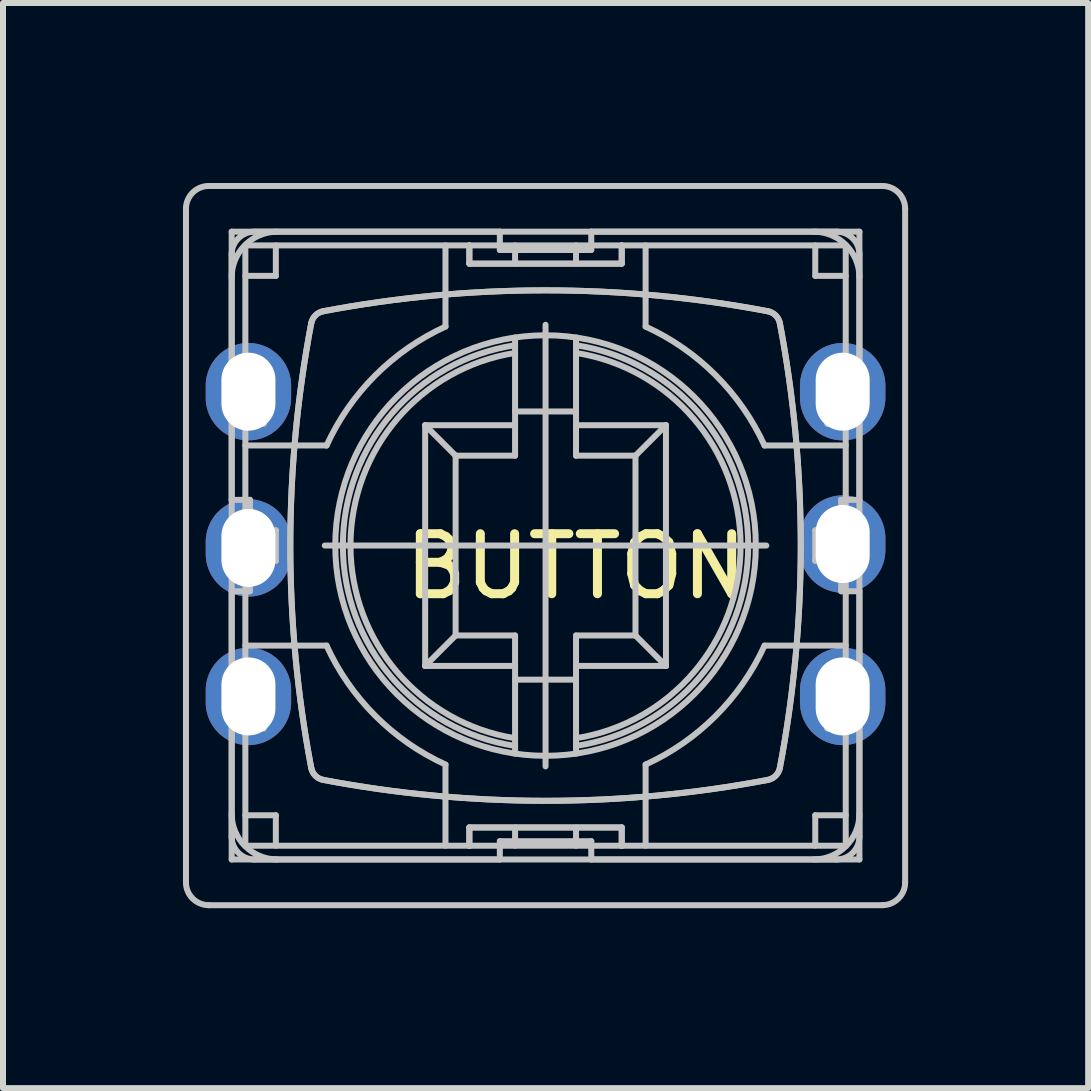
<source format=kicad_pcb>
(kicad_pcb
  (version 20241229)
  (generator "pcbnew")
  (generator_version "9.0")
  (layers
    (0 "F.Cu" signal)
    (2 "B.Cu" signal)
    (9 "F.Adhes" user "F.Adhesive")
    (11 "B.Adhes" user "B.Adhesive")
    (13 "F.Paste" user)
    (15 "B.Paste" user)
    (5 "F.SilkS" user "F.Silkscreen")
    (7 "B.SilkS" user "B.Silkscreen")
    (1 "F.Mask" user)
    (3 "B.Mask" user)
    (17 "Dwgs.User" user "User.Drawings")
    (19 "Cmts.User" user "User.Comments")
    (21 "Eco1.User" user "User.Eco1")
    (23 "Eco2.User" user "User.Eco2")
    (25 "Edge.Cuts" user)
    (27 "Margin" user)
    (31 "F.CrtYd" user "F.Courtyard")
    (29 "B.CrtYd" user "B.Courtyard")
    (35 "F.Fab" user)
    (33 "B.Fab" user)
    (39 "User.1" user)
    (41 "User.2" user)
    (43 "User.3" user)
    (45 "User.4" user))
  (footprint "BUTTON"
    (layer "F.Cu")
    (at 6.552 5.892)
    (property "Reference" "BUTTON" (at 0 0.5 0) (layer "F.SilkS") (effects (font (size 1 1) (thickness 0.15))))
    (attr through_hole)
    (fp_line (start -6.502 5.766) (end -6.502 -5.461) (stroke (width 0.1) (type solid)) (layer "Dwgs.User"))
    (fp_line (start -6.121 -5.842) (end 5.105 -5.842) (stroke (width 0.1) (type solid)) (layer "Dwgs.User"))
    (fp_line (start -5.74 -5.08) (end 4.724 -5.08) (stroke (width 0.1) (type solid)) (layer "Dwgs.User"))
    (fp_line (start -5.74 -2.654) (end -5.74 -5.08) (stroke (width 0.1) (type solid)) (layer "Dwgs.User"))
    (fp_line (start -5.74 -2.654) (end -5.74 -4.699) (stroke (width 0.1) (type solid)) (layer "Dwgs.User"))
    (fp_line (start -5.74 -2.654) (end -5.74 -2.121) (stroke (width 0.1) (type solid)) (layer "Dwgs.User"))
    (fp_line (start -5.74 -2.121) (end -5.696 -1.994) (stroke (width 0.1) (type solid)) (layer "Dwgs.User"))
    (fp_line (start -5.74 -0.61) (end -5.74 -2.121) (stroke (width 0.1) (type solid)) (layer "Dwgs.User"))
    (fp_line (start -5.74 -0.102) (end -5.74 -2.121) (stroke (width 0.1) (type solid)) (layer "Dwgs.User"))
    (fp_line (start -5.74 -0.102) (end -5.74 0.406) (stroke (width 0.1) (type solid)) (layer "Dwgs.User"))
    (fp_line (start -5.74 -0.102) (end -5.247 -0.102) (stroke (width 0.1) (type solid)) (layer "Dwgs.User"))
    (fp_line (start -5.74 0.406) (end -5.247 0.406) (stroke (width 0.1) (type solid)) (layer "Dwgs.User"))
    (fp_line (start -5.74 0.914) (end -5.512 0.914) (stroke (width 0.1) (type solid)) (layer "Dwgs.User"))
    (fp_line (start -5.74 2.426) (end -5.74 0.406) (stroke (width 0.1) (type solid)) (layer "Dwgs.User"))
    (fp_line (start -5.74 2.426) (end -5.74 0.914) (stroke (width 0.1) (type solid)) (layer "Dwgs.User"))
    (fp_line (start -5.74 2.426) (end -5.74 2.959) (stroke (width 0.1) (type solid)) (layer "Dwgs.User"))
    (fp_line (start -5.74 2.959) (end -5.696 3.086) (stroke (width 0.1) (type solid)) (layer "Dwgs.User"))
    (fp_line (start -5.74 5.004) (end -5.74 2.959) (stroke (width 0.1) (type solid)) (layer "Dwgs.User"))
    (fp_line (start -5.74 5.385) (end -5.74 2.959) (stroke (width 0.1) (type solid)) (layer "Dwgs.User"))
    (fp_line (start -5.696 -2.781) (end -5.74 -2.654) (stroke (width 0.1) (type solid)) (layer "Dwgs.User"))
    (fp_line (start -5.696 -2.781) (end -5.207 -2.781) (stroke (width 0.1) (type solid)) (layer "Dwgs.User"))
    (fp_line (start -5.696 -1.994) (end -5.207 -1.994) (stroke (width 0.1) (type solid)) (layer "Dwgs.User"))
    (fp_line (start -5.696 2.299) (end -5.74 2.426) (stroke (width 0.1) (type solid)) (layer "Dwgs.User"))
    (fp_line (start -5.696 2.299) (end -5.207 2.299) (stroke (width 0.1) (type solid)) (layer "Dwgs.User"))
    (fp_line (start -5.696 3.086) (end -5.207 3.086) (stroke (width 0.1) (type solid)) (layer "Dwgs.User"))
    (fp_line (start -5.527 -2.781) (end -5.527 -1.994) (stroke (width 0.1) (type solid)) (layer "Dwgs.User"))
    (fp_line (start -5.527 2.299) (end -5.527 3.086) (stroke (width 0.1) (type solid)) (layer "Dwgs.User"))
    (fp_line (start -5.512 -4.851) (end -1.778 -4.851) (stroke (width 0.1) (type solid)) (layer "Dwgs.User"))
    (fp_line (start -5.512 -4.343) (end -5.004 -4.343) (stroke (width 0.1) (type solid)) (layer "Dwgs.User"))
    (fp_line (start -5.512 -2.896) (end -5.207 -2.896) (stroke (width 0.1) (type solid)) (layer "Dwgs.User"))
    (fp_line (start -5.512 -2.781) (end -5.512 -4.851) (stroke (width 0.1) (type solid)) (layer "Dwgs.User"))
    (fp_line (start -5.512 -1.994) (end -5.512 -2.781) (stroke (width 0.1) (type solid)) (layer "Dwgs.User"))
    (fp_line (start -5.512 -0.61) (end -5.74 -0.61) (stroke (width 0.1) (type solid)) (layer "Dwgs.User"))
    (fp_line (start -5.512 -0.102) (end -5.512 -1.994) (stroke (width 0.1) (type solid)) (layer "Dwgs.User"))
    (fp_line (start -5.512 -0.102) (end -5.512 0.406) (stroke (width 0.1) (type solid)) (layer "Dwgs.User"))
    (fp_line (start -5.512 0.406) (end -5.512 -0.102) (stroke (width 0.1) (type solid)) (layer "Dwgs.User"))
    (fp_line (start -5.512 0.914) (end -5.436 0.914) (stroke (width 0.1) (type solid)) (layer "Dwgs.User"))
    (fp_line (start -5.512 1.82) (end -4.158 1.82) (stroke (width 0.1) (type solid)) (layer "Dwgs.User"))
    (fp_line (start -5.512 2.184) (end -5.207 2.184) (stroke (width 0.1) (type solid)) (layer "Dwgs.User"))
    (fp_line (start -5.512 2.299) (end -5.512 0.406) (stroke (width 0.1) (type solid)) (layer "Dwgs.User"))
    (fp_line (start -5.512 3.086) (end -5.512 2.299) (stroke (width 0.1) (type solid)) (layer "Dwgs.User"))
    (fp_line (start -5.512 5.156) (end -5.512 3.086) (stroke (width 0.1) (type solid)) (layer "Dwgs.User"))
    (fp_line (start -5.436 -2.654) (end -5.74 -2.654) (stroke (width 0.1) (type solid)) (layer "Dwgs.User"))
    (fp_line (start -5.436 -2.654) (end -5.436 -2.121) (stroke (width 0.1) (type solid)) (layer "Dwgs.User"))
    (fp_line (start -5.436 -2.654) (end -5.394 -2.781) (stroke (width 0.1) (type solid)) (layer "Dwgs.User"))
    (fp_line (start -5.436 -2.121) (end -5.74 -2.121) (stroke (width 0.1) (type solid)) (layer "Dwgs.User"))
    (fp_line (start -5.436 -0.61) (end -5.512 -0.61) (stroke (width 0.1) (type solid)) (layer "Dwgs.User"))
    (fp_line (start -5.436 -0.102) (end -5.436 -0.61) (stroke (width 0.1) (type solid)) (layer "Dwgs.User"))
    (fp_line (start -5.436 -0.102) (end -5.436 0.406) (stroke (width 0.1) (type solid)) (layer "Dwgs.User"))
    (fp_line (start -5.436 0.914) (end -5.436 0.406) (stroke (width 0.1) (type solid)) (layer "Dwgs.User"))
    (fp_line (start -5.436 2.426) (end -5.74 2.426) (stroke (width 0.1) (type solid)) (layer "Dwgs.User"))
    (fp_line (start -5.436 2.426) (end -5.436 2.959) (stroke (width 0.1) (type solid)) (layer "Dwgs.User"))
    (fp_line (start -5.436 2.426) (end -5.394 2.299) (stroke (width 0.1) (type solid)) (layer "Dwgs.User"))
    (fp_line (start -5.436 2.959) (end -5.74 2.959) (stroke (width 0.1) (type solid)) (layer "Dwgs.User"))
    (fp_line (start -5.4 -2.781) (end -5.4 -1.994) (stroke (width 0.1) (type solid)) (layer "Dwgs.User"))
    (fp_line (start -5.4 2.299) (end -5.4 3.086) (stroke (width 0.1) (type solid)) (layer "Dwgs.User"))
    (fp_line (start -5.394 -1.994) (end -5.436 -2.121) (stroke (width 0.1) (type solid)) (layer "Dwgs.User"))
    (fp_line (start -5.394 3.086) (end -5.436 2.959) (stroke (width 0.1) (type solid)) (layer "Dwgs.User"))
    (fp_line (start -5.359 -5.08) (end -1.27 -5.08) (stroke (width 0.1) (type solid)) (layer "Dwgs.User"))
    (fp_line (start -5.247 0.406) (end -5.004 0.406) (stroke (width 0.1) (type solid)) (layer "Dwgs.User"))
    (fp_line (start -5.246 -2.781) (end -5.246 -1.994) (stroke (width 0.1) (type solid)) (layer "Dwgs.User"))
    (fp_line (start -5.246 2.299) (end -5.246 3.086) (stroke (width 0.1) (type solid)) (layer "Dwgs.User"))
    (fp_line (start -5.207 -2.896) (end -5.207 -1.88) (stroke (width 0.1) (type solid)) (layer "Dwgs.User"))
    (fp_line (start -5.207 -2.781) (end -5.207 -1.994) (stroke (width 0.1) (type solid)) (layer "Dwgs.User"))
    (fp_line (start -5.207 -1.88) (end -5.512 -1.88) (stroke (width 0.1) (type solid)) (layer "Dwgs.User"))
    (fp_line (start -5.207 -0.102) (end -5.207 0.406) (stroke (width 0.1) (type solid)) (layer "Dwgs.User"))
    (fp_line (start -5.207 2.184) (end -5.207 3.2) (stroke (width 0.1) (type solid)) (layer "Dwgs.User"))
    (fp_line (start -5.207 2.299) (end -5.207 3.086) (stroke (width 0.1) (type solid)) (layer "Dwgs.User"))
    (fp_line (start -5.207 3.2) (end -5.512 3.2) (stroke (width 0.1) (type solid)) (layer "Dwgs.User"))
    (fp_line (start -5.004 -4.343) (end -5.004 -4.851) (stroke (width 0.1) (type solid)) (layer "Dwgs.User"))
    (fp_line (start -5.004 -0.102) (end -5.247 -0.102) (stroke (width 0.1) (type solid)) (layer "Dwgs.User"))
    (fp_line (start -5.004 0.406) (end -5.004 -0.102) (stroke (width 0.1) (type solid)) (layer "Dwgs.User"))
    (fp_line (start -5.004 4.648) (end -5.512 4.648) (stroke (width 0.1) (type solid)) (layer "Dwgs.User"))
    (fp_line (start -5.004 5.156) (end -5.004 4.648) (stroke (width 0.1) (type solid)) (layer "Dwgs.User"))
    (fp_line (start -4.188 0.152) (end 3.172 0.152) (stroke (width 0.1) (type solid)) (layer "Dwgs.User"))
    (fp_line (start -4.158 -1.516) (end -5.512 -1.516) (stroke (width 0.1) (type solid)) (layer "Dwgs.User"))
    (fp_line (start -2.515 -1.854) (end -2.007 -1.346) (stroke (width 0.1) (type solid)) (layer "Dwgs.User"))
    (fp_line (start -2.515 -1.854) (end -1.016 -1.854) (stroke (width 0.1) (type solid)) (layer "Dwgs.User"))
    (fp_line (start -2.515 2.159) (end -2.515 -1.854) (stroke (width 0.1) (type solid)) (layer "Dwgs.User"))
    (fp_line (start -2.176 -4.851) (end -2.176 -3.498) (stroke (width 0.1) (type solid)) (layer "Dwgs.User"))
    (fp_line (start -2.176 3.803) (end -2.176 5.156) (stroke (width 0.1) (type solid)) (layer "Dwgs.User"))
    (fp_line (start -2.007 -1.346) (end -2.007 1.651) (stroke (width 0.1) (type solid)) (layer "Dwgs.User"))
    (fp_line (start -2.007 1.651) (end -2.515 2.159) (stroke (width 0.1) (type solid)) (layer "Dwgs.User"))
    (fp_line (start -1.778 -4.851) (end -1.778 -4.547) (stroke (width 0.1) (type solid)) (layer "Dwgs.User"))
    (fp_line (start -1.778 -4.851) (end 0.762 -4.851) (stroke (width 0.1) (type solid)) (layer "Dwgs.User"))
    (fp_line (start -1.778 -4.547) (end -1.778 -4.851) (stroke (width 0.1) (type solid)) (layer "Dwgs.User"))
    (fp_line (start -1.778 -4.547) (end 0.762 -4.547) (stroke (width 0.1) (type solid)) (layer "Dwgs.User"))
    (fp_line (start -1.778 -4.547) (end 0.762 -4.547) (stroke (width 0.1) (type solid)) (layer "Dwgs.User"))
    (fp_line (start -1.778 4.851) (end -1.778 5.156) (stroke (width 0.1) (type solid)) (layer "Dwgs.User"))
    (fp_line (start -1.778 4.851) (end -1.778 5.156) (stroke (width 0.1) (type solid)) (layer "Dwgs.User"))
    (fp_line (start -1.778 4.851) (end 0.762 4.851) (stroke (width 0.1) (type solid)) (layer "Dwgs.User"))
    (fp_line (start -1.778 5.156) (end -5.512 5.156) (stroke (width 0.1) (type solid)) (layer "Dwgs.User"))
    (fp_line (start -1.778 5.156) (end 0.762 5.156) (stroke (width 0.1) (type solid)) (layer "Dwgs.User"))
    (fp_line (start -1.27 -5.08) (end -1.27 -4.851) (stroke (width 0.1) (type solid)) (layer "Dwgs.User"))
    (fp_line (start -1.27 -4.851) (end -1.27 -4.775) (stroke (width 0.1) (type solid)) (layer "Dwgs.User"))
    (fp_line (start -1.27 -4.775) (end 0.254 -4.775) (stroke (width 0.1) (type solid)) (layer "Dwgs.User"))
    (fp_line (start -1.27 5.08) (end -1.27 5.156) (stroke (width 0.1) (type solid)) (layer "Dwgs.User"))
    (fp_line (start -1.27 5.156) (end -1.27 5.385) (stroke (width 0.1) (type solid)) (layer "Dwgs.User"))
    (fp_line (start -1.27 5.385) (end -5.359 5.385) (stroke (width 0.1) (type solid)) (layer "Dwgs.User"))
    (fp_line (start -1.016 -4.547) (end -1.016 -4.851) (stroke (width 0.1) (type solid)) (layer "Dwgs.User"))
    (fp_line (start -1.016 -3.316) (end -1.016 -1.346) (stroke (width 0.1) (type solid)) (layer "Dwgs.User"))
    (fp_line (start -1.016 -1.346) (end -2.007 -1.346) (stroke (width 0.1) (type solid)) (layer "Dwgs.User"))
    (fp_line (start -1.016 1.651) (end -2.007 1.651) (stroke (width 0.1) (type solid)) (layer "Dwgs.User"))
    (fp_line (start -1.016 1.651) (end -1.016 3.621) (stroke (width 0.1) (type solid)) (layer "Dwgs.User"))
    (fp_line (start -1.016 2.159) (end -2.515 2.159) (stroke (width 0.1) (type solid)) (layer "Dwgs.User"))
    (fp_line (start -1.016 4.851) (end -1.016 5.156) (stroke (width 0.1) (type solid)) (layer "Dwgs.User"))
    (fp_line (start -0.508 3.833) (end -0.508 -3.528) (stroke (width 0.1) (type solid)) (layer "Dwgs.User"))
    (fp_line (start 0 -4.547) (end 0 -4.851) (stroke (width 0.1) (type solid)) (layer "Dwgs.User"))
    (fp_line (start 0 -3.316) (end 0 -1.346) (stroke (width 0.1) (type solid)) (layer "Dwgs.User"))
    (fp_line (start 0 -2.083) (end -1.016 -2.083) (stroke (width 0.1) (type solid)) (layer "Dwgs.User"))
    (fp_line (start 0 -1.854) (end 1.499 -1.854) (stroke (width 0.1) (type solid)) (layer "Dwgs.User"))
    (fp_line (start 0 1.651) (end 0 3.621) (stroke (width 0.1) (type solid)) (layer "Dwgs.User"))
    (fp_line (start 0 2.388) (end -1.016 2.388) (stroke (width 0.1) (type solid)) (layer "Dwgs.User"))
    (fp_line (start 0 4.851) (end 0 5.156) (stroke (width 0.1) (type solid)) (layer "Dwgs.User"))
    (fp_line (start 0.254 -5.08) (end 4.343 -5.08) (stroke (width 0.1) (type solid)) (layer "Dwgs.User"))
    (fp_line (start 0.254 -4.851) (end 0.254 -5.08) (stroke (width 0.1) (type solid)) (layer "Dwgs.User"))
    (fp_line (start 0.254 -4.775) (end 0.254 -4.851) (stroke (width 0.1) (type solid)) (layer "Dwgs.User"))
    (fp_line (start 0.254 5.08) (end -1.27 5.08) (stroke (width 0.1) (type solid)) (layer "Dwgs.User"))
    (fp_line (start 0.254 5.156) (end 0.254 5.08) (stroke (width 0.1) (type solid)) (layer "Dwgs.User"))
    (fp_line (start 0.254 5.385) (end 0.254 5.156) (stroke (width 0.1) (type solid)) (layer "Dwgs.User"))
    (fp_line (start 0.762 -4.851) (end 4.496 -4.851) (stroke (width 0.1) (type solid)) (layer "Dwgs.User"))
    (fp_line (start 0.762 -4.547) (end 0.762 -4.851) (stroke (width 0.1) (type solid)) (layer "Dwgs.User"))
    (fp_line (start 0.762 -4.547) (end 0.762 -4.851) (stroke (width 0.1) (type solid)) (layer "Dwgs.User"))
    (fp_line (start 0.762 4.851) (end -1.778 4.851) (stroke (width 0.1) (type solid)) (layer "Dwgs.User"))
    (fp_line (start 0.762 4.851) (end 0.762 5.156) (stroke (width 0.1) (type solid)) (layer "Dwgs.User"))
    (fp_line (start 0.762 5.156) (end 0.762 4.851) (stroke (width 0.1) (type solid)) (layer "Dwgs.User"))
    (fp_line (start 0.991 -1.346) (end 0 -1.346) (stroke (width 0.1) (type solid)) (layer "Dwgs.User"))
    (fp_line (start 0.991 -1.346) (end 0.991 1.651) (stroke (width 0.1) (type solid)) (layer "Dwgs.User"))
    (fp_line (start 0.991 -1.346) (end 1.499 -1.854) (stroke (width 0.1) (type solid)) (layer "Dwgs.User"))
    (fp_line (start 0.991 1.651) (end 0 1.651) (stroke (width 0.1) (type solid)) (layer "Dwgs.User"))
    (fp_line (start 1.16 -3.498) (end 1.16 -4.851) (stroke (width 0.1) (type solid)) (layer "Dwgs.User"))
    (fp_line (start 1.16 5.156) (end 1.16 3.803) (stroke (width 0.1) (type solid)) (layer "Dwgs.User"))
    (fp_line (start 1.499 -1.854) (end 1.499 2.159) (stroke (width 0.1) (type solid)) (layer "Dwgs.User"))
    (fp_line (start 1.499 2.159) (end 0 2.159) (stroke (width 0.1) (type solid)) (layer "Dwgs.User"))
    (fp_line (start 1.499 2.159) (end 0.991 1.651) (stroke (width 0.1) (type solid)) (layer "Dwgs.User"))
    (fp_line (start 3.142 1.82) (end 4.496 1.82) (stroke (width 0.1) (type solid)) (layer "Dwgs.User"))
    (fp_line (start 3.988 -4.851) (end 3.988 -4.343) (stroke (width 0.1) (type solid)) (layer "Dwgs.User"))
    (fp_line (start 3.988 -4.343) (end 4.496 -4.343) (stroke (width 0.1) (type solid)) (layer "Dwgs.User"))
    (fp_line (start 3.988 -0.102) (end 3.988 0.406) (stroke (width 0.1) (type solid)) (layer "Dwgs.User"))
    (fp_line (start 3.988 0.406) (end 4.231 0.406) (stroke (width 0.1) (type solid)) (layer "Dwgs.User"))
    (fp_line (start 3.988 4.648) (end 3.988 5.156) (stroke (width 0.1) (type solid)) (layer "Dwgs.User"))
    (fp_line (start 4.191 -2.896) (end 4.496 -2.896) (stroke (width 0.1) (type solid)) (layer "Dwgs.User"))
    (fp_line (start 4.191 -1.994) (end 4.191 -2.781) (stroke (width 0.1) (type solid)) (layer "Dwgs.User"))
    (fp_line (start 4.191 -1.88) (end 4.191 -2.896) (stroke (width 0.1) (type solid)) (layer "Dwgs.User"))
    (fp_line (start 4.191 0.406) (end 4.191 -0.102) (stroke (width 0.1) (type solid)) (layer "Dwgs.User"))
    (fp_line (start 4.191 2.184) (end 4.496 2.184) (stroke (width 0.1) (type solid)) (layer "Dwgs.User"))
    (fp_line (start 4.191 3.086) (end 4.191 2.299) (stroke (width 0.1) (type solid)) (layer "Dwgs.User"))
    (fp_line (start 4.191 3.2) (end 4.191 2.184) (stroke (width 0.1) (type solid)) (layer "Dwgs.User"))
    (fp_line (start 4.23 -1.994) (end 4.23 -2.781) (stroke (width 0.1) (type solid)) (layer "Dwgs.User"))
    (fp_line (start 4.23 3.086) (end 4.23 2.299) (stroke (width 0.1) (type solid)) (layer "Dwgs.User"))
    (fp_line (start 4.231 -0.102) (end 3.988 -0.102) (stroke (width 0.1) (type solid)) (layer "Dwgs.User"))
    (fp_line (start 4.343 5.385) (end 0.254 5.385) (stroke (width 0.1) (type solid)) (layer "Dwgs.User"))
    (fp_line (start 4.378 -2.781) (end 4.42 -2.654) (stroke (width 0.1) (type solid)) (layer "Dwgs.User"))
    (fp_line (start 4.378 2.299) (end 4.42 2.426) (stroke (width 0.1) (type solid)) (layer "Dwgs.User"))
    (fp_line (start 4.384 -1.994) (end 4.384 -2.781) (stroke (width 0.1) (type solid)) (layer "Dwgs.User"))
    (fp_line (start 4.384 3.086) (end 4.384 2.299) (stroke (width 0.1) (type solid)) (layer "Dwgs.User"))
    (fp_line (start 4.42 -2.654) (end 4.724 -2.654) (stroke (width 0.1) (type solid)) (layer "Dwgs.User"))
    (fp_line (start 4.42 -2.121) (end 4.378 -1.994) (stroke (width 0.1) (type solid)) (layer "Dwgs.User"))
    (fp_line (start 4.42 -2.121) (end 4.42 -2.654) (stroke (width 0.1) (type solid)) (layer "Dwgs.User"))
    (fp_line (start 4.42 -2.121) (end 4.724 -2.121) (stroke (width 0.1) (type solid)) (layer "Dwgs.User"))
    (fp_line (start 4.42 -0.61) (end 4.42 -0.102) (stroke (width 0.1) (type solid)) (layer "Dwgs.User"))
    (fp_line (start 4.42 0.406) (end 4.42 -0.102) (stroke (width 0.1) (type solid)) (layer "Dwgs.User"))
    (fp_line (start 4.42 0.406) (end 4.42 0.914) (stroke (width 0.1) (type solid)) (layer "Dwgs.User"))
    (fp_line (start 4.42 0.914) (end 4.496 0.914) (stroke (width 0.1) (type solid)) (layer "Dwgs.User"))
    (fp_line (start 4.42 2.426) (end 4.724 2.426) (stroke (width 0.1) (type solid)) (layer "Dwgs.User"))
    (fp_line (start 4.42 2.959) (end 4.378 3.086) (stroke (width 0.1) (type solid)) (layer "Dwgs.User"))
    (fp_line (start 4.42 2.959) (end 4.42 2.426) (stroke (width 0.1) (type solid)) (layer "Dwgs.User"))
    (fp_line (start 4.42 2.959) (end 4.724 2.959) (stroke (width 0.1) (type solid)) (layer "Dwgs.User"))
    (fp_line (start 4.496 -4.851) (end 4.496 -2.781) (stroke (width 0.1) (type solid)) (layer "Dwgs.User"))
    (fp_line (start 4.496 -2.781) (end 4.496 -1.994) (stroke (width 0.1) (type solid)) (layer "Dwgs.User"))
    (fp_line (start 4.496 -1.994) (end 4.496 -0.102) (stroke (width 0.1) (type solid)) (layer "Dwgs.User"))
    (fp_line (start 4.496 -1.88) (end 4.191 -1.88) (stroke (width 0.1) (type solid)) (layer "Dwgs.User"))
    (fp_line (start 4.496 -1.516) (end 3.142 -1.516) (stroke (width 0.1) (type solid)) (layer "Dwgs.User"))
    (fp_line (start 4.496 -0.61) (end 4.42 -0.61) (stroke (width 0.1) (type solid)) (layer "Dwgs.User"))
    (fp_line (start 4.496 -0.102) (end 4.496 0.406) (stroke (width 0.1) (type solid)) (layer "Dwgs.User"))
    (fp_line (start 4.496 0.406) (end 4.496 -0.102) (stroke (width 0.1) (type solid)) (layer "Dwgs.User"))
    (fp_line (start 4.496 0.406) (end 4.496 2.299) (stroke (width 0.1) (type solid)) (layer "Dwgs.User"))
    (fp_line (start 4.496 0.914) (end 4.724 0.914) (stroke (width 0.1) (type solid)) (layer "Dwgs.User"))
    (fp_line (start 4.496 2.299) (end 4.496 3.086) (stroke (width 0.1) (type solid)) (layer "Dwgs.User"))
    (fp_line (start 4.496 3.086) (end 4.496 5.156) (stroke (width 0.1) (type solid)) (layer "Dwgs.User"))
    (fp_line (start 4.496 3.2) (end 4.191 3.2) (stroke (width 0.1) (type solid)) (layer "Dwgs.User"))
    (fp_line (start 4.496 4.648) (end 3.988 4.648) (stroke (width 0.1) (type solid)) (layer "Dwgs.User"))
    (fp_line (start 4.496 5.156) (end 0.762 5.156) (stroke (width 0.1) (type solid)) (layer "Dwgs.User"))
    (fp_line (start 4.511 -1.994) (end 4.511 -2.781) (stroke (width 0.1) (type solid)) (layer "Dwgs.User"))
    (fp_line (start 4.511 3.086) (end 4.511 2.299) (stroke (width 0.1) (type solid)) (layer "Dwgs.User"))
    (fp_line (start 4.68 -2.781) (end 4.191 -2.781) (stroke (width 0.1) (type solid)) (layer "Dwgs.User"))
    (fp_line (start 4.68 -1.994) (end 4.191 -1.994) (stroke (width 0.1) (type solid)) (layer "Dwgs.User"))
    (fp_line (start 4.68 -1.994) (end 4.724 -2.121) (stroke (width 0.1) (type solid)) (layer "Dwgs.User"))
    (fp_line (start 4.68 2.299) (end 4.191 2.299) (stroke (width 0.1) (type solid)) (layer "Dwgs.User"))
    (fp_line (start 4.68 3.086) (end 4.191 3.086) (stroke (width 0.1) (type solid)) (layer "Dwgs.User"))
    (fp_line (start 4.68 3.086) (end 4.724 2.959) (stroke (width 0.1) (type solid)) (layer "Dwgs.User"))
    (fp_line (start 4.724 -5.08) (end 4.724 -2.654) (stroke (width 0.1) (type solid)) (layer "Dwgs.User"))
    (fp_line (start 4.724 -4.699) (end 4.724 -2.654) (stroke (width 0.1) (type solid)) (layer "Dwgs.User"))
    (fp_line (start 4.724 -2.654) (end 4.68 -2.781) (stroke (width 0.1) (type solid)) (layer "Dwgs.User"))
    (fp_line (start 4.724 -2.121) (end 4.724 -2.654) (stroke (width 0.1) (type solid)) (layer "Dwgs.User"))
    (fp_line (start 4.724 -2.121) (end 4.724 -0.61) (stroke (width 0.1) (type solid)) (layer "Dwgs.User"))
    (fp_line (start 4.724 -2.121) (end 4.724 -0.102) (stroke (width 0.1) (type solid)) (layer "Dwgs.User"))
    (fp_line (start 4.724 -0.61) (end 4.496 -0.61) (stroke (width 0.1) (type solid)) (layer "Dwgs.User"))
    (fp_line (start 4.724 -0.102) (end 4.231 -0.102) (stroke (width 0.1) (type solid)) (layer "Dwgs.User"))
    (fp_line (start 4.724 0.406) (end 4.231 0.406) (stroke (width 0.1) (type solid)) (layer "Dwgs.User"))
    (fp_line (start 4.724 0.406) (end 4.724 -0.102) (stroke (width 0.1) (type solid)) (layer "Dwgs.User"))
    (fp_line (start 4.724 0.406) (end 4.724 2.426) (stroke (width 0.1) (type solid)) (layer "Dwgs.User"))
    (fp_line (start 4.724 0.914) (end 4.724 2.426) (stroke (width 0.1) (type solid)) (layer "Dwgs.User"))
    (fp_line (start 4.724 2.426) (end 4.68 2.299) (stroke (width 0.1) (type solid)) (layer "Dwgs.User"))
    (fp_line (start 4.724 2.959) (end 4.724 2.426) (stroke (width 0.1) (type solid)) (layer "Dwgs.User"))
    (fp_line (start 4.724 2.959) (end 4.724 5.004) (stroke (width 0.1) (type solid)) (layer "Dwgs.User"))
    (fp_line (start 4.724 2.959) (end 4.724 5.385) (stroke (width 0.1) (type solid)) (layer "Dwgs.User"))
    (fp_line (start 4.724 5.385) (end -5.74 5.385) (stroke (width 0.1) (type solid)) (layer "Dwgs.User"))
    (fp_line (start 5.105 6.147) (end -6.121 6.147) (stroke (width 0.1) (type solid)) (layer "Dwgs.User"))
    (fp_line (start 5.486 -5.461) (end 5.486 5.766) (stroke (width 0.1) (type solid)) (layer "Dwgs.User"))
    (fp_arc (start -6.5024 -5.461) (mid -6.390808 -5.730408) (end -6.1214 -5.842) (stroke (width 0.1) (type solid)) (layer "Dwgs.User"))
    (fp_arc (start -6.1214 6.1468) (mid -6.390808 6.035208) (end -6.5024 5.7658) (stroke (width 0.1) (type solid)) (layer "Dwgs.User"))
    (fp_arc (start -5.7404 -4.699) (mid -5.628808 -4.968408) (end -5.3594 -5.08) (stroke (width 0.1) (type solid)) (layer "Dwgs.User"))
    (fp_arc (start -5.7404 -4.318) (mid -5.517215 -4.856815) (end -4.9784 -5.08) (stroke (width 0.1) (type solid)) (layer "Dwgs.User"))
    (fp_arc (start -5.3594 5.3848) (mid -5.628808 5.273208) (end -5.7404 5.0038) (stroke (width 0.1) (type solid)) (layer "Dwgs.User"))
    (fp_arc (start -4.9784 5.3848) (mid -5.517215 5.161615) (end -5.7404 4.6228) (stroke (width 0.1) (type solid)) (layer "Dwgs.User"))
    (fp_arc (start -4.414377 -3.551749) (mid -4.34443 -3.684029) (end -4.21215 -3.753977) (stroke (width 0.1) (type solid)) (layer "Dwgs.User"))
    (fp_arc (start -4.414377 -3.551749) (mid -4.34443 -3.684029) (end -4.21215 -3.753977) (stroke (width 0.1) (type solid)) (layer "Dwgs.User"))
    (fp_arc (start -4.414377 3.856549) (mid -4.7625 0.1524) (end -4.414377 -3.55175) (stroke (width 0.1) (type solid)) (layer "Dwgs.User"))
    (fp_arc (start -4.414377 3.856549) (mid -4.7625 0.1524) (end -4.414377 -3.55175) (stroke (width 0.1) (type solid)) (layer "Dwgs.User"))
    (fp_arc (start -4.212149 -3.753977) (mid -0.508 -4.1021) (end 3.19615 -3.753977) (stroke (width 0.1) (type solid)) (layer "Dwgs.User"))
    (fp_arc (start -4.212149 -3.753977) (mid -0.508 -4.1021) (end 3.19615 -3.753977) (stroke (width 0.1) (type solid)) (layer "Dwgs.User"))
    (fp_arc (start -4.212149 4.058777) (mid -4.344429 3.98883) (end -4.414377 3.85655) (stroke (width 0.1) (type solid)) (layer "Dwgs.User"))
    (fp_arc (start -4.212149 4.058777) (mid -4.344429 3.98883) (end -4.414377 3.85655) (stroke (width 0.1) (type solid)) (layer "Dwgs.User"))
    (fp_arc (start -4.158174 -1.515533) (mid -3.345761 -2.685361) (end -2.175933 -3.497774) (stroke (width 0.1) (type solid)) (layer "Dwgs.User"))
    (fp_arc (start -2.175933 3.802574) (mid -3.345761 2.990161) (end -4.158174 1.820333) (stroke (width 0.1) (type solid)) (layer "Dwgs.User"))
    (fp_arc (start -1.016 3.363667) (mid -3.7592 0.1524) (end -1.016 -3.058867) (stroke (width 0.1) (type solid)) (layer "Dwgs.User"))
    (fp_arc (start -1.016 3.492186) (mid -3.8862 0.1524) (end -1.016 -3.187386) (stroke (width 0.1) (type solid)) (layer "Dwgs.User"))
    (fp_arc (start 0 -3.187386) (mid 2.8702 0.1524) (end 0 3.492186) (stroke (width 0.1) (type solid)) (layer "Dwgs.User"))
    (fp_arc (start 0 -3.058867) (mid 2.7432 0.1524) (end 0 3.363667) (stroke (width 0.1) (type solid)) (layer "Dwgs.User"))
    (fp_arc (start 1.159933 -3.497774) (mid 2.329761 -2.685361) (end 3.142174 -1.515533) (stroke (width 0.1) (type solid)) (layer "Dwgs.User"))
    (fp_arc (start 3.142174 1.820333) (mid 2.329761 2.990161) (end 1.159933 3.802574) (stroke (width 0.1) (type solid)) (layer "Dwgs.User"))
    (fp_arc (start 3.196149 -3.753977) (mid 3.328429 -3.68403) (end 3.398377 -3.55175) (stroke (width 0.1) (type solid)) (layer "Dwgs.User"))
    (fp_arc (start 3.196149 -3.753977) (mid 3.328429 -3.68403) (end 3.398377 -3.55175) (stroke (width 0.1) (type solid)) (layer "Dwgs.User"))
    (fp_arc (start 3.196149 4.058777) (mid -0.508 4.4069) (end -4.21215 4.058777) (stroke (width 0.1) (type solid)) (layer "Dwgs.User"))
    (fp_arc (start 3.196149 4.058777) (mid -0.508 4.4069) (end -4.21215 4.058777) (stroke (width 0.1) (type solid)) (layer "Dwgs.User"))
    (fp_arc (start 3.398377 -3.551749) (mid 3.7465 0.1524) (end 3.398377 3.85655) (stroke (width 0.1) (type solid)) (layer "Dwgs.User"))
    (fp_arc (start 3.398377 -3.551749) (mid 3.7465 0.1524) (end 3.398377 3.85655) (stroke (width 0.1) (type solid)) (layer "Dwgs.User"))
    (fp_arc (start 3.398377 3.856549) (mid 3.32843 3.988829) (end 3.19615 4.058777) (stroke (width 0.1) (type solid)) (layer "Dwgs.User"))
    (fp_arc (start 3.398377 3.856549) (mid 3.32843 3.988829) (end 3.19615 4.058777) (stroke (width 0.1) (type solid)) (layer "Dwgs.User"))
    (fp_arc (start 3.9624 -5.08) (mid 4.501215 -4.856815) (end 4.7244 -4.318) (stroke (width 0.1) (type solid)) (layer "Dwgs.User"))
    (fp_arc (start 4.3434 -5.08) (mid 4.612808 -4.968408) (end 4.7244 -4.699) (stroke (width 0.1) (type solid)) (layer "Dwgs.User"))
    (fp_arc (start 4.7244 4.6228) (mid 4.501215 5.161615) (end 3.9624 5.3848) (stroke (width 0.1) (type solid)) (layer "Dwgs.User"))
    (fp_arc (start 4.7244 5.0038) (mid 4.612808 5.273208) (end 4.3434 5.3848) (stroke (width 0.1) (type solid)) (layer "Dwgs.User"))
    (fp_arc (start 5.1054 -5.842) (mid 5.374808 -5.730408) (end 5.4864 -5.461) (stroke (width 0.1) (type solid)) (layer "Dwgs.User"))
    (fp_arc (start 5.4864 5.7658) (mid 5.374808 6.035208) (end 5.1054 6.1468) (stroke (width 0.1) (type solid)) (layer "Dwgs.User"))
    (fp_circle (center -0.508 0.152) (end 2.997 0.152) (stroke (width 0.1) (type solid)) (fill no) (layer "Dwgs.User"))
    (pad "1" thru_hole oval (at -5.461 -2.413) (size 1.424 1.624) (drill oval 0.9 1.3) (layers "*.Cu" "*.Mask"))
    (pad "2" thru_hole oval (at -5.461 2.667) (size 1.424 1.624) (drill oval 0.9 1.3) (layers "*.Cu" "*.Mask"))
    (pad "3" thru_hole oval (at 4.445 -2.413) (size 1.424 1.624) (drill oval 0.9 1.3) (layers "*.Cu" "*.Mask"))
    (pad "4" thru_hole oval (at 4.445 2.667) (size 1.424 1.624) (drill oval 0.9 1.3) (layers "*.Cu" "*.Mask"))
    (pad "5" thru_hole oval (at -5.461 0.191) (size 1.424 1.624) (drill oval 0.9 1.3) (layers "*.Cu" "*.Mask"))
    (pad "6" thru_hole oval (at 4.445 0.127) (size 1.424 1.624) (drill oval 0.9 1.3) (layers "*.Cu" "*.Mask")))
  (gr_rect
    (start -3 -3)
    (end 15.089 15.089)
    (stroke (width 0.1) (type default))
    (fill no)
    (layer "Edge.Cuts")))
</source>
